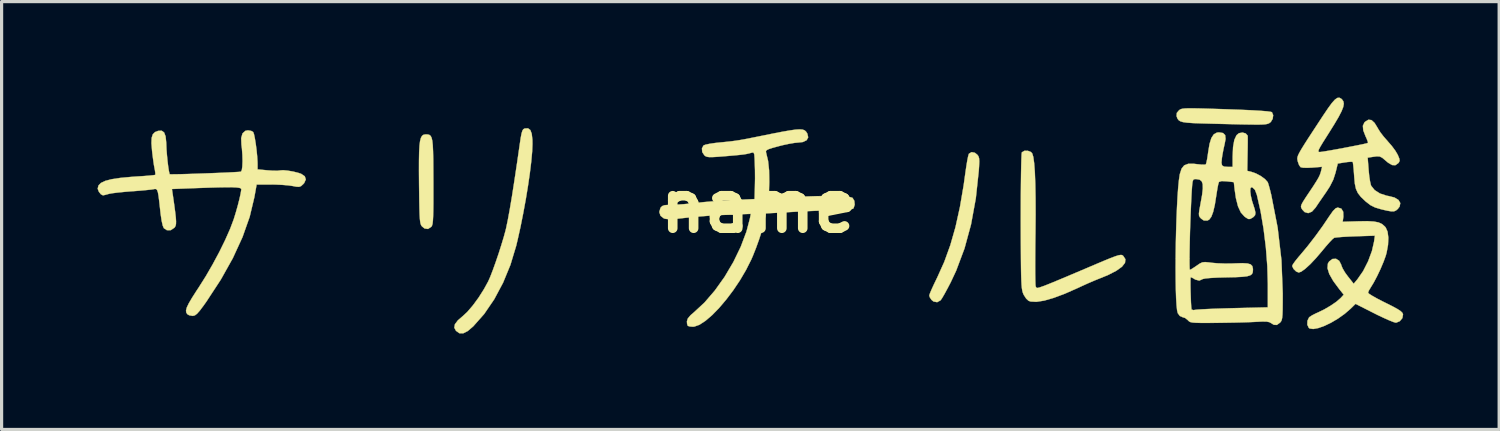
<source format=kicad_pcb>
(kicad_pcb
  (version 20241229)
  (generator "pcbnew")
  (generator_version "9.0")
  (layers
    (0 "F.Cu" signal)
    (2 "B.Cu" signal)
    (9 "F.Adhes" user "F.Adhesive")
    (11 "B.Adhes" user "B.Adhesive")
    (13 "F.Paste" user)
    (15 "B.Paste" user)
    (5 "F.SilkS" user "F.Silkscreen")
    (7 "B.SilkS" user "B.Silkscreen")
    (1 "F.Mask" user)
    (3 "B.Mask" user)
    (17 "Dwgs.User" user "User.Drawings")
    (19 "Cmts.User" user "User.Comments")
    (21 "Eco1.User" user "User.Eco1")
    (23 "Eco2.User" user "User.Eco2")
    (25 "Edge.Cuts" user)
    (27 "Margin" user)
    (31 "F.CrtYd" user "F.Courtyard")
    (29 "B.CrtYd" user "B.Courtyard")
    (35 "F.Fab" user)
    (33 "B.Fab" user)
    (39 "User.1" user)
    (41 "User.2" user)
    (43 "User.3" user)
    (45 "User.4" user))
  (footprint "name"
    (layer "F.Cu")
    (at 20.664 3.395)
    (property "Reference" "name" (at 0 0 0) (layer "F.SilkS") (effects (font (size 1.524 1.524) (thickness 0.3))))
    (attr through_hole)
    (fp_poly (pts (xy 6.759 -1.67) (xy 6.836 -1.609) (xy 6.871 -1.561) (xy 6.891 -1.497) (xy 6.897 -1.4) (xy 6.891 -1.25) (xy 6.882 -1.112) (xy 6.789 -0.245) (xy 6.64 0.568) (xy 6.435 1.322) (xy 6.175 2.015) (xy 6.003 2.382) (xy 5.903 2.573) (xy 5.812 2.741) (xy 5.738 2.868) (xy 5.691 2.938) (xy 5.687 2.943) (xy 5.58 3.001) (xy 5.466 2.979) (xy 5.404 2.928) (xy 5.349 2.845) (xy 5.334 2.791) (xy 5.352 2.733) (xy 5.401 2.615) (xy 5.475 2.453) (xy 5.566 2.264) (xy 5.586 2.223) (xy 5.804 1.738) (xy 5.992 1.218) (xy 6.154 0.652) (xy 6.292 0.029) (xy 6.41 -0.661) (xy 6.459 -1.016) (xy 6.49 -1.23) (xy 6.52 -1.416) (xy 6.548 -1.556) (xy 6.57 -1.633) (xy 6.574 -1.64) (xy 6.657 -1.69) (xy 6.759 -1.67)) (stroke (width 0.01) (type solid)) (fill yes) (layer "F.SilkS"))
    (fp_poly (pts (xy -10.34 -2.241) (xy -10.291 -2.228) (xy -10.252 -2.196) (xy -10.223 -2.138) (xy -10.201 -2.044) (xy -10.186 -1.906) (xy -10.177 -1.717) (xy -10.171 -1.467) (xy -10.169 -1.15) (xy -10.167 -0.763) (xy -10.167 -0.387) (xy -10.167 -0.086) (xy -10.17 0.148) (xy -10.175 0.325) (xy -10.182 0.452) (xy -10.192 0.541) (xy -10.206 0.598) (xy -10.224 0.634) (xy -10.232 0.644) (xy -10.335 0.712) (xy -10.444 0.696) (xy -10.523 0.632) (xy -10.546 0.601) (xy -10.564 0.559) (xy -10.578 0.495) (xy -10.589 0.401) (xy -10.597 0.267) (xy -10.603 0.082) (xy -10.608 -0.162) (xy -10.612 -0.476) (xy -10.615 -0.701) (xy -10.618 -1.106) (xy -10.617 -1.434) (xy -10.612 -1.693) (xy -10.601 -1.891) (xy -10.583 -2.036) (xy -10.556 -2.136) (xy -10.521 -2.199) (xy -10.476 -2.232) (xy -10.419 -2.243) (xy -10.402 -2.244) (xy -10.34 -2.241)) (stroke (width 0.01) (type solid)) (fill yes) (layer "F.SilkS"))
    (fp_poly (pts (xy 13.755 -3.056) (xy 14.01 -3.049) (xy 14.333 -3.039) (xy 14.614 -3.03) (xy 15.056 -3.014) (xy 15.419 -2.998) (xy 15.7 -2.981) (xy 15.899 -2.965) (xy 16.015 -2.948) (xy 16.046 -2.937) (xy 16.084 -2.845) (xy 16.069 -2.732) (xy 16.01 -2.632) (xy 15.96 -2.595) (xy 15.928 -2.58) (xy 15.889 -2.569) (xy 15.836 -2.56) (xy 15.76 -2.554) (xy 15.653 -2.551) (xy 15.506 -2.551) (xy 15.312 -2.553) (xy 15.063 -2.557) (xy 14.749 -2.565) (xy 14.364 -2.574) (xy 14.13 -2.58) (xy 13.813 -2.589) (xy 13.57 -2.598) (xy 13.391 -2.611) (xy 13.264 -2.629) (xy 13.179 -2.655) (xy 13.125 -2.692) (xy 13.091 -2.741) (xy 13.068 -2.805) (xy 13.064 -2.818) (xy 13.072 -2.916) (xy 13.134 -2.99) (xy 13.162 -3.014) (xy 13.195 -3.032) (xy 13.242 -3.045) (xy 13.313 -3.054) (xy 13.416 -3.059) (xy 13.56 -3.059) (xy 13.755 -3.056)) (stroke (width 0.01) (type solid)) (fill yes) (layer "F.SilkS"))
    (fp_poly (pts (xy -7.137 -2.381) (xy -7.093 -2.265) (xy -7.072 -2.077) (xy -7.07 -1.943) (xy -7.08 -1.702) (xy -7.108 -1.393) (xy -7.152 -1.032) (xy -7.21 -0.633) (xy -7.279 -0.212) (xy -7.358 0.217) (xy -7.442 0.639) (xy -7.531 1.039) (xy -7.579 1.24) (xy -7.758 1.833) (xy -7.989 2.393) (xy -8.265 2.91) (xy -8.579 3.37) (xy -8.922 3.757) (xy -9.093 3.903) (xy -9.235 3.974) (xy -9.356 3.971) (xy -9.46 3.896) (xy -9.513 3.798) (xy -9.494 3.691) (xy -9.401 3.568) (xy -9.257 3.444) (xy -9.102 3.3) (xy -8.929 3.097) (xy -8.751 2.854) (xy -8.584 2.59) (xy -8.452 2.349) (xy -8.389 2.206) (xy -8.31 2.002) (xy -8.221 1.755) (xy -8.13 1.488) (xy -8.044 1.218) (xy -7.968 0.968) (xy -7.91 0.756) (xy -7.896 0.699) (xy -7.843 0.446) (xy -7.781 0.11) (xy -7.71 -0.31) (xy -7.632 -0.813) (xy -7.544 -1.4) (xy -7.47 -1.912) (xy -7.439 -2.125) (xy -7.412 -2.268) (xy -7.386 -2.356) (xy -7.357 -2.404) (xy -7.319 -2.426) (xy -7.311 -2.429) (xy -7.209 -2.434) (xy -7.137 -2.381)) (stroke (width 0.01) (type solid)) (fill yes) (layer "F.SilkS"))
    (fp_poly (pts (xy 8.513 -1.693) (xy 8.553 -1.648) (xy 8.586 -1.538) (xy 8.613 -1.343) (xy 8.634 -1.065) (xy 8.648 -0.705) (xy 8.656 -0.262) (xy 8.658 0.262) (xy 8.653 0.866) (xy 8.652 0.902) (xy 8.648 1.255) (xy 8.646 1.583) (xy 8.645 1.877) (xy 8.646 2.126) (xy 8.649 2.319) (xy 8.653 2.447) (xy 8.658 2.499) (xy 8.676 2.542) (xy 8.708 2.557) (xy 8.775 2.543) (xy 8.898 2.5) (xy 8.924 2.491) (xy 9.028 2.45) (xy 9.196 2.382) (xy 9.415 2.291) (xy 9.674 2.182) (xy 9.958 2.062) (xy 10.241 1.942) (xy 10.56 1.806) (xy 10.809 1.701) (xy 11 1.623) (xy 11.14 1.57) (xy 11.239 1.538) (xy 11.306 1.525) (xy 11.35 1.526) (xy 11.381 1.54) (xy 11.395 1.552) (xy 11.465 1.657) (xy 11.452 1.771) (xy 11.358 1.892) (xy 11.182 2.018) (xy 10.928 2.149) (xy 10.661 2.258) (xy 10.505 2.321) (xy 10.304 2.407) (xy 10.09 2.504) (xy 9.97 2.56) (xy 9.574 2.735) (xy 9.224 2.866) (xy 8.926 2.952) (xy 8.683 2.99) (xy 8.502 2.98) (xy 8.437 2.957) (xy 8.364 2.89) (xy 8.291 2.778) (xy 8.271 2.736) (xy 8.254 2.689) (xy 8.24 2.632) (xy 8.228 2.557) (xy 8.219 2.456) (xy 8.212 2.322) (xy 8.206 2.147) (xy 8.202 1.924) (xy 8.199 1.645) (xy 8.197 1.303) (xy 8.195 0.89) (xy 8.194 0.466) (xy 8.195 0.051) (xy 8.196 -0.338) (xy 8.199 -0.694) (xy 8.203 -1.008) (xy 8.208 -1.272) (xy 8.214 -1.478) (xy 8.22 -1.616) (xy 8.227 -1.68) (xy 8.228 -1.683) (xy 8.306 -1.73) (xy 8.414 -1.732) (xy 8.513 -1.693)) (stroke (width 0.01) (type solid)) (fill yes) (layer "F.SilkS"))
    (fp_poly (pts (xy 18.214 0.076) (xy 18.273 0.174) (xy 18.278 0.328) (xy 18.278 0.328) (xy 18.257 0.487) (xy 18.761 0.472) (xy 19.03 0.468) (xy 19.231 0.48) (xy 19.378 0.508) (xy 19.488 0.559) (xy 19.574 0.634) (xy 19.602 0.668) (xy 19.66 0.798) (xy 19.684 0.986) (xy 19.674 1.21) (xy 19.63 1.451) (xy 19.602 1.552) (xy 19.533 1.741) (xy 19.439 1.963) (xy 19.331 2.19) (xy 19.224 2.392) (xy 19.131 2.544) (xy 19.129 2.547) (xy 19.074 2.639) (xy 19.05 2.705) (xy 19.05 2.706) (xy 19.086 2.741) (xy 19.185 2.804) (xy 19.333 2.887) (xy 19.517 2.982) (xy 19.59 3.018) (xy 19.812 3.129) (xy 19.968 3.214) (xy 20.067 3.279) (xy 20.122 3.332) (xy 20.143 3.379) (xy 20.143 3.381) (xy 20.123 3.498) (xy 20.043 3.594) (xy 19.932 3.64) (xy 19.915 3.641) (xy 19.846 3.622) (xy 19.717 3.571) (xy 19.544 3.494) (xy 19.343 3.399) (xy 19.24 3.347) (xy 18.659 3.053) (xy 18.505 3.204) (xy 18.319 3.365) (xy 18.111 3.513) (xy 17.895 3.641) (xy 17.685 3.742) (xy 17.494 3.81) (xy 17.336 3.839) (xy 17.225 3.823) (xy 17.198 3.804) (xy 17.151 3.705) (xy 17.155 3.582) (xy 17.205 3.479) (xy 17.219 3.465) (xy 17.302 3.411) (xy 17.426 3.348) (xy 17.484 3.323) (xy 17.679 3.228) (xy 17.879 3.111) (xy 18.058 2.989) (xy 18.186 2.878) (xy 18.194 2.87) (xy 18.29 2.766) (xy 18.156 2.6) (xy 17.962 2.338) (xy 17.837 2.118) (xy 17.782 1.939) (xy 17.794 1.796) (xy 17.833 1.729) (xy 17.938 1.65) (xy 18.049 1.645) (xy 18.147 1.707) (xy 18.211 1.83) (xy 18.216 1.852) (xy 18.255 1.947) (xy 18.331 2.075) (xy 18.421 2.198) (xy 18.601 2.425) (xy 18.718 2.285) (xy 18.896 2.029) (xy 19.052 1.722) (xy 19.172 1.398) (xy 19.238 1.107) (xy 19.264 0.922) (xy 18.66 0.941) (xy 18.437 0.95) (xy 18.242 0.961) (xy 18.091 0.974) (xy 18.001 0.986) (xy 17.988 0.99) (xy 17.935 1.034) (xy 17.844 1.129) (xy 17.727 1.262) (xy 17.613 1.4) (xy 17.421 1.625) (xy 17.243 1.814) (xy 17.086 1.957) (xy 16.961 2.047) (xy 16.883 2.074) (xy 16.802 2.041) (xy 16.723 1.964) (xy 16.68 1.878) (xy 16.679 1.865) (xy 16.706 1.81) (xy 16.777 1.711) (xy 16.879 1.585) (xy 16.927 1.53) (xy 17.154 1.258) (xy 17.398 0.943) (xy 17.637 0.613) (xy 17.843 0.307) (xy 17.953 0.151) (xy 18.039 0.066) (xy 18.103 0.043) (xy 18.214 0.076)) (stroke (width 0.01) (type solid)) (fill yes) (layer "F.SilkS"))
    (fp_poly (pts (xy 18.215 -3.357) (xy 18.237 -3.336) (xy 18.278 -3.277) (xy 18.292 -3.202) (xy 18.274 -3.102) (xy 18.222 -2.969) (xy 18.132 -2.794) (xy 18 -2.57) (xy 17.823 -2.286) (xy 17.776 -2.212) (xy 17.648 -2.01) (xy 17.562 -1.867) (xy 17.513 -1.775) (xy 17.497 -1.722) (xy 17.508 -1.698) (xy 17.538 -1.692) (xy 17.605 -1.7) (xy 17.734 -1.72) (xy 17.91 -1.75) (xy 18.115 -1.787) (xy 18.334 -1.828) (xy 18.55 -1.87) (xy 18.745 -1.908) (xy 18.905 -1.941) (xy 19.011 -1.966) (xy 19.047 -1.977) (xy 19.041 -2.02) (xy 19.005 -2.113) (xy 18.973 -2.182) (xy 18.9 -2.371) (xy 18.888 -2.513) (xy 18.937 -2.618) (xy 18.958 -2.639) (xy 19.061 -2.702) (xy 19.158 -2.691) (xy 19.254 -2.603) (xy 19.357 -2.435) (xy 19.368 -2.413) (xy 19.434 -2.309) (xy 19.539 -2.173) (xy 19.661 -2.034) (xy 19.67 -2.023) (xy 19.795 -1.879) (xy 19.905 -1.73) (xy 19.978 -1.605) (xy 19.98 -1.601) (xy 20.027 -1.487) (xy 20.037 -1.419) (xy 20.013 -1.367) (xy 19.994 -1.345) (xy 19.904 -1.281) (xy 19.801 -1.286) (xy 19.674 -1.361) (xy 19.601 -1.423) (xy 19.496 -1.512) (xy 19.415 -1.553) (xy 19.324 -1.558) (xy 19.235 -1.547) (xy 19.038 -1.517) (xy 19.068 -1.13) (xy 19.086 -0.945) (xy 19.111 -0.781) (xy 19.137 -0.665) (xy 19.147 -0.638) (xy 19.254 -0.504) (xy 19.423 -0.396) (xy 19.632 -0.327) (xy 19.69 -0.317) (xy 19.877 -0.27) (xy 20.001 -0.194) (xy 20.057 -0.098) (xy 20.037 0.011) (xy 19.981 0.085) (xy 19.924 0.134) (xy 19.863 0.16) (xy 19.778 0.162) (xy 19.65 0.141) (xy 19.465 0.098) (xy 19.272 0.041) (xy 19.125 -0.032) (xy 18.981 -0.143) (xy 18.959 -0.162) (xy 18.823 -0.293) (xy 18.731 -0.411) (xy 18.672 -0.54) (xy 18.637 -0.703) (xy 18.617 -0.924) (xy 18.614 -0.968) (xy 18.601 -1.142) (xy 18.587 -1.282) (xy 18.575 -1.367) (xy 18.569 -1.384) (xy 18.519 -1.389) (xy 18.413 -1.381) (xy 18.326 -1.369) (xy 18.103 -1.333) (xy 18.033 -1.047) (xy 17.963 -0.83) (xy 17.854 -0.615) (xy 17.739 -0.438) (xy 17.624 -0.272) (xy 17.513 -0.111) (xy 17.427 0.017) (xy 17.406 0.048) (xy 17.295 0.171) (xy 17.178 0.217) (xy 17.067 0.184) (xy 16.992 0.104) (xy 16.963 0.055) (xy 16.953 0.009) (xy 16.968 -0.049) (xy 17.014 -0.135) (xy 17.096 -0.264) (xy 17.197 -0.415) (xy 17.334 -0.62) (xy 17.431 -0.772) (xy 17.497 -0.883) (xy 17.54 -0.97) (xy 17.568 -1.048) (xy 17.585 -1.113) (xy 17.613 -1.231) (xy 17.305 -1.206) (xy 17.146 -1.199) (xy 17.017 -1.203) (xy 16.944 -1.218) (xy 16.941 -1.219) (xy 16.894 -1.284) (xy 16.855 -1.392) (xy 16.851 -1.407) (xy 16.842 -1.45) (xy 16.838 -1.491) (xy 16.845 -1.537) (xy 16.865 -1.596) (xy 16.904 -1.675) (xy 16.966 -1.783) (xy 17.055 -1.927) (xy 17.175 -2.115) (xy 17.331 -2.354) (xy 17.527 -2.653) (xy 17.641 -2.826) (xy 17.798 -3.059) (xy 17.919 -3.225) (xy 18.014 -3.331) (xy 18.09 -3.384) (xy 18.154 -3.39) (xy 18.215 -3.357)) (stroke (width 0.01) (type solid)) (fill yes) (layer "F.SilkS"))
    (fp_poly (pts (xy 1.375 -2.394) (xy 1.437 -2.371) (xy 1.48 -2.334) (xy 1.514 -2.282) (xy 1.523 -2.266) (xy 1.549 -2.152) (xy 1.501 -2.063) (xy 1.385 -2.006) (xy 1.239 -1.99) (xy 1.117 -1.978) (xy 0.942 -1.948) (xy 0.742 -1.905) (xy 0.629 -1.876) (xy 0.439 -1.824) (xy 0.318 -1.785) (xy 0.252 -1.752) (xy 0.228 -1.719) (xy 0.232 -1.679) (xy 0.233 -1.675) (xy 0.295 -1.416) (xy 0.327 -1.117) (xy 0.332 -0.759) (xy 0.331 -0.711) (xy 0.318 -0.244) (xy 0.995 -0.281) (xy 1.418 -0.301) (xy 1.805 -0.313) (xy 2.148 -0.318) (xy 2.44 -0.316) (xy 2.673 -0.306) (xy 2.838 -0.289) (xy 2.928 -0.264) (xy 2.936 -0.259) (xy 2.991 -0.168) (xy 3.003 -0.047) (xy 2.969 0.058) (xy 2.955 0.076) (xy 2.882 0.103) (xy 2.729 0.12) (xy 2.499 0.126) (xy 2.457 0.126) (xy 2.273 0.129) (xy 2.026 0.136) (xy 1.738 0.146) (xy 1.431 0.16) (xy 1.128 0.175) (xy 1.115 0.176) (xy 0.219 0.226) (xy 0.191 0.41) (xy 0.156 0.577) (xy 0.093 0.797) (xy 0.011 1.048) (xy -0.082 1.306) (xy -0.178 1.548) (xy -0.231 1.67) (xy -0.395 1.995) (xy -0.585 2.318) (xy -0.794 2.629) (xy -1.014 2.92) (xy -1.237 3.183) (xy -1.456 3.407) (xy -1.664 3.585) (xy -1.851 3.707) (xy -2.011 3.764) (xy -2.052 3.768) (xy -2.155 3.76) (xy -2.215 3.74) (xy -2.215 3.739) (xy -2.236 3.68) (xy -2.242 3.602) (xy -2.215 3.513) (xy -2.13 3.411) (xy -2.028 3.323) (xy -1.692 3.012) (xy -1.367 2.634) (xy -1.062 2.206) (xy -0.79 1.745) (xy -0.559 1.268) (xy -0.38 0.793) (xy -0.273 0.385) (xy -0.244 0.24) (xy -0.958 0.267) (xy -1.257 0.281) (xy -1.583 0.301) (xy -1.904 0.326) (xy -2.185 0.353) (xy -2.259 0.361) (xy -2.515 0.389) (xy -2.702 0.403) (xy -2.833 0.405) (xy -2.923 0.394) (xy -2.964 0.381) (xy -3.067 0.299) (xy -3.105 0.182) (xy -3.069 0.056) (xy -3.061 0.043) (xy -3.013 -0.004) (xy -2.939 -0.031) (xy -2.817 -0.041) (xy -2.718 -0.043) (xy -2.554 -0.048) (xy -2.339 -0.063) (xy -2.105 -0.085) (xy -1.947 -0.102) (xy -1.72 -0.127) (xy -1.44 -0.151) (xy -1.141 -0.172) (xy -0.853 -0.189) (xy -0.794 -0.192) (xy -0.127 -0.222) (xy -0.118 -0.566) (xy -0.112 -0.862) (xy -0.114 -1.13) (xy -0.123 -1.421) (xy -0.126 -1.494) (xy -0.135 -1.615) (xy -0.155 -1.67) (xy -0.196 -1.678) (xy -0.226 -1.67) (xy -0.307 -1.648) (xy -0.383 -1.631) (xy -0.472 -1.617) (xy -0.592 -1.603) (xy -0.759 -1.587) (xy -0.991 -1.567) (xy -1.029 -1.564) (xy -1.263 -1.545) (xy -1.429 -1.535) (xy -1.54 -1.534) (xy -1.612 -1.543) (xy -1.66 -1.562) (xy -1.695 -1.589) (xy -1.763 -1.692) (xy -1.772 -1.807) (xy -1.722 -1.899) (xy -1.72 -1.9) (xy -1.656 -1.924) (xy -1.527 -1.951) (xy -1.356 -1.976) (xy -1.223 -1.99) (xy -1.031 -2.009) (xy -0.874 -2.026) (xy -0.734 -2.044) (xy -0.591 -2.066) (xy -0.427 -2.095) (xy -0.223 -2.135) (xy 0.042 -2.188) (xy 0.106 -2.201) (xy 0.471 -2.275) (xy 0.762 -2.331) (xy 0.989 -2.37) (xy 1.161 -2.394) (xy 1.286 -2.401) (xy 1.375 -2.394)) (stroke (width 0.01) (type solid)) (fill yes) (layer "F.SilkS"))
    (fp_poly (pts (xy -15.861 -2.353) (xy -15.8 -2.318) (xy -15.775 -2.252) (xy -15.748 -2.124) (xy -15.72 -1.953) (xy -15.695 -1.76) (xy -15.676 -1.568) (xy -15.665 -1.395) (xy -15.663 -1.327) (xy -15.663 -1.15) (xy -15.351 -1.121) (xy -15.186 -1.11) (xy -15.046 -1.108) (xy -14.96 -1.117) (xy -14.957 -1.118) (xy -14.863 -1.125) (xy -14.718 -1.111) (xy -14.55 -1.082) (xy -14.39 -1.042) (xy -14.299 -1.011) (xy -14.187 -0.935) (xy -14.155 -0.836) (xy -14.205 -0.723) (xy -14.236 -0.689) (xy -14.303 -0.628) (xy -14.367 -0.604) (xy -14.458 -0.61) (xy -14.56 -0.63) (xy -14.697 -0.65) (xy -14.889 -0.666) (xy -15.105 -0.676) (xy -15.235 -0.677) (xy -15.692 -0.677) (xy -15.763 -0.281) (xy -15.909 0.331) (xy -16.134 0.967) (xy -16.435 1.622) (xy -16.811 2.294) (xy -17.259 2.978) (xy -17.346 3.101) (xy -17.465 3.26) (xy -17.553 3.36) (xy -17.621 3.412) (xy -17.685 3.429) (xy -17.694 3.429) (xy -17.797 3.411) (xy -17.856 3.378) (xy -17.891 3.326) (xy -17.899 3.26) (xy -17.875 3.168) (xy -17.815 3.041) (xy -17.715 2.87) (xy -17.571 2.644) (xy -17.503 2.542) (xy -17.283 2.193) (xy -17.065 1.816) (xy -16.859 1.432) (xy -16.675 1.057) (xy -16.522 0.712) (xy -16.41 0.415) (xy -16.407 0.406) (xy -16.343 0.199) (xy -16.282 -0.017) (xy -16.23 -0.221) (xy -16.192 -0.392) (xy -16.173 -0.509) (xy -16.171 -0.532) (xy -16.185 -0.555) (xy -16.231 -0.573) (xy -16.316 -0.585) (xy -16.449 -0.591) (xy -16.636 -0.592) (xy -16.885 -0.588) (xy -17.203 -0.579) (xy -17.599 -0.565) (xy -17.605 -0.565) (xy -18.34 -0.537) (xy -18.314 -0.364) (xy -18.27 -0.057) (xy -18.239 0.177) (xy -18.219 0.35) (xy -18.211 0.473) (xy -18.213 0.558) (xy -18.226 0.615) (xy -18.249 0.656) (xy -18.265 0.675) (xy -18.376 0.749) (xy -18.496 0.751) (xy -18.592 0.688) (xy -18.627 0.607) (xy -18.662 0.452) (xy -18.694 0.233) (xy -18.706 0.124) (xy -18.734 -0.131) (xy -18.757 -0.312) (xy -18.778 -0.433) (xy -18.803 -0.503) (xy -18.833 -0.535) (xy -18.872 -0.539) (xy -18.906 -0.532) (xy -18.983 -0.52) (xy -19.127 -0.505) (xy -19.317 -0.487) (xy -19.534 -0.47) (xy -19.588 -0.467) (xy -19.816 -0.448) (xy -20.025 -0.427) (xy -20.196 -0.406) (xy -20.307 -0.386) (xy -20.32 -0.382) (xy -20.425 -0.353) (xy -20.492 -0.339) (xy -20.497 -0.339) (xy -20.561 -0.373) (xy -20.624 -0.452) (xy -20.658 -0.54) (xy -20.659 -0.553) (xy -20.635 -0.648) (xy -20.559 -0.726) (xy -20.426 -0.79) (xy -20.229 -0.842) (xy -19.962 -0.883) (xy -19.62 -0.915) (xy -19.424 -0.929) (xy -19.218 -0.942) (xy -19.045 -0.956) (xy -18.921 -0.969) (xy -18.863 -0.978) (xy -18.861 -0.979) (xy -18.858 -1.028) (xy -18.872 -1.127) (xy -18.88 -1.165) (xy -18.902 -1.284) (xy -18.927 -1.456) (xy -18.952 -1.653) (xy -18.961 -1.734) (xy -18.98 -1.97) (xy -18.973 -2.137) (xy -18.937 -2.248) (xy -18.867 -2.317) (xy -18.771 -2.354) (xy -18.66 -2.359) (xy -18.584 -2.304) (xy -18.538 -2.183) (xy -18.518 -1.988) (xy -18.516 -1.936) (xy -18.51 -1.784) (xy -18.496 -1.604) (xy -18.478 -1.418) (xy -18.457 -1.244) (xy -18.435 -1.103) (xy -18.416 -1.016) (xy -18.408 -0.998) (xy -18.362 -0.996) (xy -18.246 -0.997) (xy -18.072 -1) (xy -17.855 -1.006) (xy -17.607 -1.014) (xy -17.344 -1.023) (xy -17.078 -1.033) (xy -16.823 -1.043) (xy -16.593 -1.053) (xy -16.402 -1.063) (xy -16.262 -1.071) (xy -16.189 -1.078) (xy -16.182 -1.079) (xy -16.155 -1.129) (xy -16.139 -1.245) (xy -16.132 -1.409) (xy -16.137 -1.601) (xy -16.152 -1.804) (xy -16.167 -1.926) (xy -16.175 -2.13) (xy -16.133 -2.275) (xy -16.045 -2.355) (xy -15.964 -2.371) (xy -15.861 -2.353)) (stroke (width 0.01) (type solid)) (fill yes) (layer "F.SilkS"))
    (fp_poly (pts (xy 14.516 -2.287) (xy 14.583 -2.222) (xy 14.596 -2.102) (xy 14.568 -1.952) (xy 14.529 -1.777) (xy 14.493 -1.583) (xy 14.482 -1.507) (xy 14.468 -1.358) (xy 14.486 -1.274) (xy 14.551 -1.237) (xy 14.674 -1.228) (xy 14.693 -1.228) (xy 14.817 -1.228) (xy 14.817 -1.548) (xy 14.83 -1.849) (xy 14.87 -2.072) (xy 14.938 -2.218) (xy 15.013 -2.281) (xy 15.124 -2.302) (xy 15.225 -2.274) (xy 15.284 -2.209) (xy 15.288 -2.189) (xy 15.289 -2.129) (xy 15.289 -2.002) (xy 15.287 -1.828) (xy 15.283 -1.624) (xy 15.283 -1.621) (xy 15.274 -1.104) (xy 15.394 -1.076) (xy 15.546 -1.023) (xy 15.7 -0.941) (xy 15.83 -0.845) (xy 15.91 -0.755) (xy 15.919 -0.737) (xy 15.949 -0.643) (xy 15.988 -0.498) (xy 16.025 -0.348) (xy 16.224 0.673) (xy 16.343 1.691) (xy 16.383 2.724) (xy 16.383 2.741) (xy 16.382 3.025) (xy 16.38 3.236) (xy 16.375 3.387) (xy 16.365 3.491) (xy 16.35 3.56) (xy 16.328 3.605) (xy 16.299 3.64) (xy 16.298 3.641) (xy 16.199 3.712) (xy 16.105 3.708) (xy 16.023 3.657) (xy 15.964 3.625) (xy 15.877 3.608) (xy 15.743 3.606) (xy 15.557 3.615) (xy 15.391 3.623) (xy 15.161 3.631) (xy 14.89 3.638) (xy 14.599 3.643) (xy 14.333 3.647) (xy 14.046 3.649) (xy 13.831 3.649) (xy 13.677 3.645) (xy 13.572 3.638) (xy 13.503 3.625) (xy 13.46 3.605) (xy 13.43 3.578) (xy 13.416 3.562) (xy 13.331 3.494) (xy 13.255 3.471) (xy 13.167 3.432) (xy 13.103 3.346) (xy 13.081 3.259) (xy 13.064 3.098) (xy 13.05 2.873) (xy 13.041 2.595) (xy 13.036 2.274) (xy 13.034 1.921) (xy 13.036 1.63) (xy 13.468 1.63) (xy 13.469 1.813) (xy 13.472 1.937) (xy 13.479 1.989) (xy 13.48 1.99) (xy 13.53 1.967) (xy 13.623 1.908) (xy 13.693 1.86) (xy 13.792 1.792) (xy 13.87 1.756) (xy 13.958 1.747) (xy 14.085 1.759) (xy 14.165 1.77) (xy 14.341 1.785) (xy 14.564 1.793) (xy 14.796 1.792) (xy 14.89 1.788) (xy 15.12 1.781) (xy 15.278 1.79) (xy 15.378 1.818) (xy 15.431 1.871) (xy 15.451 1.953) (xy 15.452 1.99) (xy 15.446 2.066) (xy 15.42 2.123) (xy 15.364 2.163) (xy 15.267 2.191) (xy 15.117 2.208) (xy 14.905 2.219) (xy 14.62 2.225) (xy 14.345 2.232) (xy 14.124 2.244) (xy 13.967 2.259) (xy 13.882 2.277) (xy 13.872 2.283) (xy 13.774 2.326) (xy 13.65 2.294) (xy 13.598 2.262) (xy 13.53 2.225) (xy 13.502 2.231) (xy 13.499 2.33) (xy 13.499 2.478) (xy 13.502 2.654) (xy 13.508 2.837) (xy 13.514 3.005) (xy 13.522 3.14) (xy 13.53 3.218) (xy 13.533 3.229) (xy 13.587 3.249) (xy 13.647 3.241) (xy 13.713 3.233) (xy 13.851 3.224) (xy 14.048 3.214) (xy 14.293 3.204) (xy 14.574 3.195) (xy 14.827 3.188) (xy 15.917 3.162) (xy 15.917 2.433) (xy 15.901 1.878) (xy 15.856 1.295) (xy 15.784 0.71) (xy 15.689 0.152) (xy 15.575 -0.351) (xy 15.572 -0.36) (xy 15.514 -0.511) (xy 15.439 -0.584) (xy 15.399 -0.592) (xy 15.372 -0.556) (xy 15.368 -0.459) (xy 15.386 -0.322) (xy 15.423 -0.164) (xy 15.452 -0.074) (xy 15.507 0.096) (xy 15.53 0.208) (xy 15.518 0.281) (xy 15.47 0.336) (xy 15.432 0.362) (xy 15.362 0.401) (xy 15.304 0.4) (xy 15.226 0.352) (xy 15.184 0.32) (xy 15.073 0.196) (xy 14.986 0.009) (xy 14.92 -0.248) (xy 14.881 -0.513) (xy 14.854 -0.751) (xy 14.636 -0.777) (xy 14.476 -0.785) (xy 14.395 -0.761) (xy 14.388 -0.753) (xy 14.368 -0.691) (xy 14.343 -0.567) (xy 14.317 -0.405) (xy 14.307 -0.341) (xy 14.26 -0.043) (xy 14.208 0.179) (xy 14.151 0.331) (xy 14.084 0.42) (xy 14.026 0.45) (xy 13.916 0.447) (xy 13.831 0.388) (xy 13.789 0.342) (xy 13.767 0.296) (xy 13.763 0.23) (xy 13.776 0.124) (xy 13.807 -0.043) (xy 13.813 -0.077) (xy 13.862 -0.35) (xy 13.885 -0.551) (xy 13.881 -0.691) (xy 13.848 -0.781) (xy 13.784 -0.829) (xy 13.687 -0.846) (xy 13.655 -0.847) (xy 13.613 -0.843) (xy 13.585 -0.821) (xy 13.565 -0.767) (xy 13.552 -0.666) (xy 13.54 -0.503) (xy 13.532 -0.37) (xy 13.518 -0.088) (xy 13.505 0.214) (xy 13.493 0.526) (xy 13.483 0.834) (xy 13.476 1.129) (xy 13.471 1.398) (xy 13.468 1.63) (xy 13.036 1.63) (xy 13.036 1.546) (xy 13.041 1.16) (xy 13.05 0.773) (xy 13.062 0.395) (xy 13.077 0.038) (xy 13.094 -0.289) (xy 13.114 -0.575) (xy 13.137 -0.809) (xy 13.162 -0.981) (xy 13.167 -1.006) (xy 13.221 -1.173) (xy 13.303 -1.276) (xy 13.428 -1.324) (xy 13.611 -1.324) (xy 13.698 -1.314) (xy 13.836 -1.3) (xy 13.939 -1.298) (xy 13.978 -1.306) (xy 13.996 -1.358) (xy 14.02 -1.473) (xy 14.044 -1.629) (xy 14.052 -1.689) (xy 14.095 -1.947) (xy 14.152 -2.13) (xy 14.227 -2.245) (xy 14.325 -2.3) (xy 14.391 -2.307) (xy 14.516 -2.287)) (stroke (width 0.01) (type solid)) (fill yes) (layer "F.SilkS")))
  (gr_rect
    (start -3 -3)
    (end 43.812 10.374)
    (stroke (width 0.1) (type default))
    (fill no)
    (layer "Edge.Cuts")))
</source>
